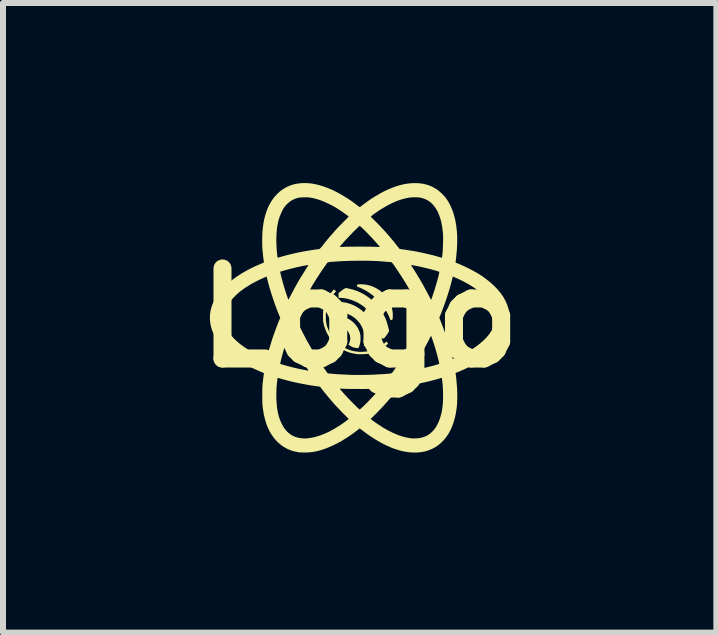
<source format=kicad_pcb>
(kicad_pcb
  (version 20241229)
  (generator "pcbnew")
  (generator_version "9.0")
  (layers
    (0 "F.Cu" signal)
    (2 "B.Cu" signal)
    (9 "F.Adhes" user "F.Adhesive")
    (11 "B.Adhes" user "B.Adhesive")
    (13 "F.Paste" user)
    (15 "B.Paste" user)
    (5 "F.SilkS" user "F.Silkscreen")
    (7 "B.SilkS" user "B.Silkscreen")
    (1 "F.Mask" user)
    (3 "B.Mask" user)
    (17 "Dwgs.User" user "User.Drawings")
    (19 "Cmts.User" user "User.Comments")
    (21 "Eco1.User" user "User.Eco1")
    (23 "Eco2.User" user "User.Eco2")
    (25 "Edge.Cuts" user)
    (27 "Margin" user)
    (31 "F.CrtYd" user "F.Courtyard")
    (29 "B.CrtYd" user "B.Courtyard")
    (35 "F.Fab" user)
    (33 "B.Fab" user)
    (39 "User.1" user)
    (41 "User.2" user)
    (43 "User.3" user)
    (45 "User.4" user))
  (footprint "Logo"
    (layer "F.Cu")
    (at 2.943 2.245)
    (property "Reference" "Logo" (at 0 0 180) (layer "F.SilkS") (effects (font (size 1.5 1.5) (thickness 0.3))))
    (attr board_only exclude_from_pos_files exclude_from_bom)
    (fp_poly (pts (xy -0.287 0.235) (xy -0.267 0.244) (xy -0.25 0.259) (xy -0.241 0.274) (xy -0.233 0.298) (xy -0.231 0.321) (xy -0.237 0.343) (xy -0.247 0.361) (xy -0.262 0.377) (xy -0.282 0.387) (xy -0.304 0.392) (xy -0.329 0.39) (xy -0.33 0.39) (xy -0.348 0.383) (xy -0.366 0.37) (xy -0.38 0.353) (xy -0.383 0.347) (xy -0.389 0.328) (xy -0.39 0.306) (xy -0.386 0.285) (xy -0.378 0.266) (xy -0.37 0.256) (xy -0.353 0.243) (xy -0.336 0.235) (xy -0.316 0.233) (xy -0.313 0.233)) (stroke (width 0) (type solid)) (fill yes) (layer "F.SilkS"))
    (fp_poly (pts (xy -0.188 -0.488) (xy -0.113 -0.47) (xy -0.039 -0.445) (xy 0.031 -0.413) (xy 0.099 -0.374) (xy 0.164 -0.328) (xy 0.224 -0.277) (xy 0.281 -0.221) (xy 0.332 -0.159) (xy 0.368 -0.107) (xy 0.374 -0.097) (xy 0.383 -0.081) (xy 0.393 -0.062) (xy 0.403 -0.042) (xy 0.414 -0.021) (xy 0.423 -0.003) (xy 0.43 0.012) (xy 0.433 0.019) (xy 0.441 0.04) (xy 0.45 0.065) (xy 0.458 0.092) (xy 0.466 0.119) (xy 0.474 0.147) (xy 0.48 0.172) (xy 0.485 0.194) (xy 0.488 0.211) (xy 0.488 0.219) (xy 0.486 0.229) (xy 0.479 0.244) (xy 0.467 0.263) (xy 0.452 0.284) (xy 0.435 0.308) (xy 0.421 0.325) (xy 0.405 0.344) (xy 0.365 0.344) (xy 0.324 0.344) (xy 0.324 0.317) (xy 0.322 0.275) (xy 0.315 0.228) (xy 0.304 0.179) (xy 0.291 0.132) (xy 0.265 0.066) (xy 0.233 0.003) (xy 0.194 -0.055) (xy 0.15 -0.109) (xy 0.1 -0.159) (xy 0.046 -0.203) (xy -0.013 -0.241) (xy -0.076 -0.273) (xy -0.143 -0.299) (xy -0.203 -0.316) (xy -0.237 -0.323) (xy -0.271 -0.328) (xy -0.304 -0.331) (xy -0.327 -0.332) (xy -0.352 -0.332) (xy -0.352 -0.372) (xy -0.352 -0.413) (xy -0.317 -0.44) (xy -0.3 -0.454) (xy -0.282 -0.467) (xy -0.266 -0.478) (xy -0.258 -0.483) (xy -0.232 -0.497)) (stroke (width 0) (type solid)) (fill yes) (layer "F.SilkS"))
    (fp_poly (pts (xy 0.029 -0.558) (xy 0.053 -0.557) (xy 0.079 -0.555) (xy 0.104 -0.552) (xy 0.127 -0.549) (xy 0.127 -0.548) (xy 0.145 -0.544) (xy 0.168 -0.538) (xy 0.193 -0.529) (xy 0.218 -0.52) (xy 0.241 -0.51) (xy 0.254 -0.504) (xy 0.299 -0.479) (xy 0.34 -0.452) (xy 0.378 -0.419) (xy 0.416 -0.382) (xy 0.453 -0.338) (xy 0.453 -0.337) (xy 0.472 -0.31) (xy 0.491 -0.276) (xy 0.508 -0.239) (xy 0.524 -0.199) (xy 0.537 -0.16) (xy 0.545 -0.123) (xy 0.549 -0.099) (xy 0.551 -0.072) (xy 0.552 -0.043) (xy 0.552 -0.016) (xy 0.55 0.007) (xy 0.549 0.012) (xy 0.547 0.024) (xy 0.543 0.031) (xy 0.536 0.034) (xy 0.534 0.035) (xy 0.524 0.038) (xy 0.517 0.038) (xy 0.512 0.032) (xy 0.507 0.022) (xy 0.504 0.015) (xy 0.49 -0.021) (xy 0.471 -0.06) (xy 0.449 -0.101) (xy 0.425 -0.142) (xy 0.4 -0.181) (xy 0.374 -0.216) (xy 0.362 -0.232) (xy 0.315 -0.285) (xy 0.264 -0.335) (xy 0.209 -0.381) (xy 0.152 -0.422) (xy 0.093 -0.458) (xy 0.035 -0.487) (xy 0.02 -0.494) (xy 0.004 -0.501) (xy -0.012 -0.508) (xy -0.022 -0.512) (xy -0.033 -0.517) (xy -0.041 -0.519) (xy -0.043 -0.52) (xy -0.046 -0.523) (xy -0.046 -0.53) (xy -0.044 -0.54) (xy -0.04 -0.549) (xy -0.034 -0.555) (xy -0.034 -0.556) (xy -0.026 -0.558) (xy -0.013 -0.559) (xy 0.006 -0.559)) (stroke (width 0) (type solid)) (fill yes) (layer "F.SilkS"))
    (fp_poly (pts (xy -0.427 -0.469) (xy -0.418 -0.463) (xy -0.41 -0.457) (xy -0.393 -0.442) (xy -0.412 -0.421) (xy -0.454 -0.37) (xy -0.49 -0.315) (xy -0.519 -0.255) (xy -0.541 -0.193) (xy -0.546 -0.176) (xy -0.553 -0.148) (xy -0.558 -0.123) (xy -0.561 -0.098) (xy -0.563 -0.072) (xy -0.564 -0.043) (xy -0.564 -0.018) (xy -0.563 0.033) (xy -0.558 0.079) (xy -0.549 0.122) (xy -0.536 0.165) (xy -0.518 0.208) (xy -0.503 0.24) (xy -0.47 0.299) (xy -0.43 0.353) (xy -0.385 0.402) (xy -0.335 0.446) (xy -0.28 0.483) (xy -0.221 0.515) (xy -0.193 0.526) (xy -0.149 0.543) (xy -0.106 0.554) (xy -0.064 0.562) (xy -0.018 0.566) (xy 0.029 0.568) (xy 0.097 0.564) (xy 0.162 0.553) (xy 0.226 0.535) (xy 0.287 0.509) (xy 0.347 0.475) (xy 0.357 0.468) (xy 0.37 0.459) (xy 0.384 0.448) (xy 0.399 0.436) (xy 0.414 0.425) (xy 0.425 0.414) (xy 0.434 0.406) (xy 0.437 0.402) (xy 0.438 0.402) (xy 0.44 0.398) (xy 0.446 0.4) (xy 0.455 0.407) (xy 0.461 0.412) (xy 0.469 0.422) (xy 0.472 0.429) (xy 0.471 0.431) (xy 0.467 0.437) (xy 0.457 0.446) (xy 0.444 0.458) (xy 0.427 0.471) (xy 0.409 0.485) (xy 0.391 0.498) (xy 0.385 0.502) (xy 0.325 0.537) (xy 0.262 0.566) (xy 0.198 0.587) (xy 0.137 0.6) (xy 0.106 0.604) (xy 0.072 0.606) (xy 0.036 0.607) (xy 0.001 0.608) (xy -0.031 0.606) (xy -0.056 0.604) (xy -0.106 0.595) (xy -0.152 0.584) (xy -0.195 0.57) (xy -0.239 0.552) (xy -0.249 0.547) (xy -0.311 0.514) (xy -0.368 0.474) (xy -0.419 0.429) (xy -0.466 0.379) (xy -0.506 0.324) (xy -0.541 0.264) (xy -0.57 0.2) (xy -0.593 0.132) (xy -0.602 0.094) (xy -0.605 0.077) (xy -0.608 0.062) (xy -0.609 0.045) (xy -0.61 0.026) (xy -0.611 0.002) (xy -0.611 -0.023) (xy -0.611 -0.054) (xy -0.61 -0.082) (xy -0.609 -0.105) (xy -0.607 -0.121) (xy -0.606 -0.125) (xy -0.601 -0.151) (xy -0.594 -0.177) (xy -0.588 -0.203) (xy -0.581 -0.225) (xy -0.575 -0.243) (xy -0.574 -0.247) (xy -0.561 -0.277) (xy -0.547 -0.306) (xy -0.534 -0.333) (xy -0.521 -0.355) (xy -0.516 -0.364) (xy -0.507 -0.376) (xy -0.496 -0.392) (xy -0.483 -0.408) (xy -0.47 -0.425) (xy -0.458 -0.441) (xy -0.446 -0.454) (xy -0.438 -0.464) (xy -0.432 -0.47) (xy -0.432 -0.47)) (stroke (width 0) (type solid)) (fill yes) (layer "F.SilkS"))
    (fp_poly (pts (xy -0.269 -0.259) (xy -0.229 -0.252) (xy -0.188 -0.241) (xy -0.145 -0.227) (xy -0.104 -0.21) (xy -0.096 -0.207) (xy -0.057 -0.186) (xy -0.017 -0.161) (xy 0.022 -0.133) (xy 0.059 -0.102) (xy 0.092 -0.07) (xy 0.12 -0.038) (xy 0.134 -0.02) (xy 0.15 0.004) (xy 0.162 0.023) (xy 0.172 0.039) (xy 0.18 0.053) (xy 0.188 0.069) (xy 0.196 0.084) (xy 0.219 0.139) (xy 0.236 0.194) (xy 0.248 0.249) (xy 0.253 0.308) (xy 0.254 0.348) (xy 0.254 0.383) (xy 0.252 0.412) (xy 0.249 0.435) (xy 0.246 0.451) (xy 0.241 0.459) (xy 0.235 0.463) (xy 0.223 0.469) (xy 0.208 0.475) (xy 0.193 0.481) (xy 0.179 0.485) (xy 0.172 0.487) (xy 0.16 0.487) (xy 0.142 0.484) (xy 0.116 0.477) (xy 0.114 0.477) (xy 0.068 0.464) (xy 0.074 0.44) (xy 0.077 0.423) (xy 0.079 0.4) (xy 0.08 0.373) (xy 0.08 0.344) (xy 0.08 0.315) (xy 0.078 0.288) (xy 0.076 0.266) (xy 0.073 0.251) (xy 0.055 0.193) (xy 0.031 0.139) (xy 0.000256 0.09) (xy -0.037 0.045) (xy -0.079 0.006) (xy -0.128 -0.028) (xy -0.149 -0.041) (xy -0.176 -0.053) (xy -0.206 -0.065) (xy -0.239 -0.076) (xy -0.27 -0.084) (xy -0.287 -0.087) (xy -0.303 -0.089) (xy -0.314 -0.089) (xy -0.322 -0.089) (xy -0.327 -0.086) (xy -0.33 -0.085) (xy -0.34 -0.074) (xy -0.346 -0.061) (xy -0.346 -0.047) (xy -0.341 -0.035) (xy -0.335 -0.029) (xy -0.327 -0.026) (xy -0.314 -0.023) (xy -0.298 -0.019) (xy -0.291 -0.018) (xy -0.239 -0.005) (xy -0.192 0.015) (xy -0.147 0.042) (xy -0.106 0.076) (xy -0.089 0.092) (xy -0.055 0.133) (xy -0.027 0.177) (xy -0.006 0.225) (xy 0.003 0.25) (xy 0.007 0.266) (xy 0.01 0.279) (xy 0.012 0.292) (xy 0.013 0.307) (xy 0.013 0.326) (xy 0.014 0.346) (xy 0.013 0.38) (xy 0.01 0.408) (xy 0.005 0.434) (xy -0.003 0.46) (xy -0.013 0.485) (xy -0.02 0.504) (xy -0.041 0.504) (xy -0.055 0.503) (xy -0.073 0.5) (xy -0.087 0.498) (xy -0.102 0.494) (xy -0.116 0.49) (xy -0.13 0.483) (xy -0.147 0.473) (xy -0.167 0.46) (xy -0.187 0.447) (xy -0.176 0.426) (xy -0.163 0.392) (xy -0.157 0.357) (xy -0.158 0.321) (xy -0.166 0.286) (xy -0.18 0.252) (xy -0.199 0.221) (xy -0.215 0.204) (xy -0.236 0.185) (xy -0.258 0.171) (xy -0.282 0.16) (xy -0.312 0.152) (xy -0.328 0.148) (xy -0.36 0.141) (xy -0.386 0.133) (xy -0.408 0.122) (xy -0.429 0.109) (xy -0.449 0.091) (xy -0.453 0.086) (xy -0.479 0.056) (xy -0.497 0.025) (xy -0.509 -0.008) (xy -0.514 -0.044) (xy -0.514 -0.066) (xy -0.509 -0.106) (xy -0.496 -0.142) (xy -0.478 -0.175) (xy -0.453 -0.205) (xy -0.424 -0.229) (xy -0.39 -0.247) (xy -0.367 -0.255) (xy -0.34 -0.261) (xy -0.307 -0.262)) (stroke (width 0) (type solid)) (fill yes) (layer "F.SilkS"))
    (fp_poly (pts (xy -0.847 -2.242) (xy -0.791 -2.236) (xy -0.707 -2.219) (xy -0.622 -2.195) (xy -0.535 -2.164) (xy -0.446 -2.126) (xy -0.355 -2.08) (xy -0.263 -2.027) (xy -0.182 -1.976) (xy -0.16 -1.961) (xy -0.14 -1.948) (xy -0.122 -1.935) (xy -0.103 -1.921) (xy -0.081 -1.905) (xy -0.056 -1.885) (xy -0.044 -1.876) (xy -0.025 -1.862) (xy -0.012 -1.852) (xy -0.002 -1.847) (xy 0.004 -1.845) (xy 0.008 -1.845) (xy 0.01 -1.848) (xy 0.014 -1.851) (xy 0.023 -1.859) (xy 0.036 -1.869) (xy 0.053 -1.882) (xy 0.071 -1.895) (xy 0.089 -1.909) (xy 0.108 -1.923) (xy 0.124 -1.934) (xy 0.135 -1.942) (xy 0.148 -1.951) (xy 0.159 -1.959) (xy 0.166 -1.964) (xy 0.168 -1.965) (xy 0.172 -1.968) (xy 0.181 -1.974) (xy 0.192 -1.982) (xy 0.204 -1.99) (xy 0.215 -1.997) (xy 0.223 -2.002) (xy 0.223 -2.002) (xy 0.27 -2.03) (xy 0.311 -2.054) (xy 0.347 -2.075) (xy 0.38 -2.093) (xy 0.411 -2.109) (xy 0.441 -2.123) (xy 0.471 -2.137) (xy 0.501 -2.15) (xy 0.534 -2.163) (xy 0.543 -2.167) (xy 0.615 -2.193) (xy 0.683 -2.213) (xy 0.749 -2.228) (xy 0.815 -2.238) (xy 0.881 -2.243) (xy 0.918 -2.244) (xy 0.987 -2.242) (xy 1.051 -2.234) (xy 1.111 -2.22) (xy 1.169 -2.201) (xy 1.225 -2.175) (xy 1.281 -2.142) (xy 1.289 -2.136) (xy 1.309 -2.122) (xy 1.332 -2.103) (xy 1.356 -2.081) (xy 1.381 -2.058) (xy 1.403 -2.034) (xy 1.422 -2.013) (xy 1.433 -2) (xy 1.475 -1.938) (xy 1.512 -1.869) (xy 1.544 -1.796) (xy 1.57 -1.716) (xy 1.592 -1.632) (xy 1.608 -1.542) (xy 1.619 -1.448) (xy 1.625 -1.349) (xy 1.625 -1.245) (xy 1.62 -1.136) (xy 1.609 -1.025) (xy 1.607 -1.002) (xy 1.604 -0.979) (xy 1.602 -0.96) (xy 1.6 -0.945) (xy 1.599 -0.939) (xy 1.598 -0.927) (xy 1.599 -0.921) (xy 1.602 -0.918) (xy 1.606 -0.916) (xy 1.618 -0.912) (xy 1.636 -0.905) (xy 1.658 -0.896) (xy 1.683 -0.884) (xy 1.711 -0.872) (xy 1.74 -0.859) (xy 1.768 -0.846) (xy 1.795 -0.833) (xy 1.82 -0.821) (xy 1.82 -0.821) (xy 1.855 -0.803) (xy 1.891 -0.783) (xy 1.927 -0.764) (xy 1.961 -0.744) (xy 1.993 -0.725) (xy 2.021 -0.707) (xy 2.044 -0.692) (xy 2.057 -0.683) (xy 2.061 -0.679) (xy 2.071 -0.672) (xy 2.084 -0.663) (xy 2.099 -0.651) (xy 2.104 -0.648) (xy 2.177 -0.59) (xy 2.242 -0.531) (xy 2.3 -0.471) (xy 2.351 -0.408) (xy 2.395 -0.345) (xy 2.43 -0.28) (xy 2.459 -0.213) (xy 2.465 -0.195) (xy 2.474 -0.165) (xy 2.482 -0.14) (xy 2.487 -0.116) (xy 2.49 -0.093) (xy 2.493 -0.068) (xy 2.494 -0.04) (xy 2.494 -0.006) (xy 2.494 0) (xy 2.494 0.033) (xy 2.493 0.06) (xy 2.492 0.083) (xy 2.489 0.104) (xy 2.485 0.125) (xy 2.48 0.147) (xy 2.472 0.172) (xy 2.468 0.185) (xy 2.462 0.205) (xy 2.452 0.23) (xy 2.44 0.256) (xy 2.428 0.283) (xy 2.416 0.308) (xy 2.405 0.328) (xy 2.404 0.33) (xy 2.378 0.371) (xy 2.351 0.409) (xy 2.322 0.446) (xy 2.289 0.484) (xy 2.25 0.523) (xy 2.244 0.529) (xy 2.177 0.59) (xy 2.103 0.65) (xy 2.021 0.707) (xy 1.931 0.762) (xy 1.834 0.814) (xy 1.789 0.837) (xy 1.773 0.845) (xy 1.752 0.854) (xy 1.729 0.865) (xy 1.704 0.875) (xy 1.68 0.886) (xy 1.656 0.896) (xy 1.636 0.905) (xy 1.619 0.911) (xy 1.608 0.915) (xy 1.606 0.916) (xy 1.6 0.919) (xy 1.598 0.923) (xy 1.599 0.933) (xy 1.599 0.935) (xy 1.603 0.965) (xy 1.608 1) (xy 1.612 1.04) (xy 1.615 1.081) (xy 1.619 1.122) (xy 1.622 1.161) (xy 1.624 1.196) (xy 1.625 1.213) (xy 1.626 1.246) (xy 1.626 1.282) (xy 1.626 1.319) (xy 1.625 1.357) (xy 1.624 1.393) (xy 1.623 1.426) (xy 1.621 1.454) (xy 1.619 1.473) (xy 1.613 1.523) (xy 1.606 1.568) (xy 1.599 1.608) (xy 1.591 1.645) (xy 1.588 1.658) (xy 1.566 1.738) (xy 1.54 1.811) (xy 1.51 1.878) (xy 1.475 1.94) (xy 1.436 1.996) (xy 1.399 2.04) (xy 1.353 2.086) (xy 1.307 2.125) (xy 1.257 2.158) (xy 1.203 2.186) (xy 1.149 2.208) (xy 1.09 2.226) (xy 1.027 2.238) (xy 0.96 2.245) (xy 0.891 2.246) (xy 0.819 2.24) (xy 0.746 2.229) (xy 0.695 2.218) (xy 0.679 2.214) (xy 0.659 2.208) (xy 0.636 2.201) (xy 0.611 2.193) (xy 0.588 2.186) (xy 0.567 2.179) (xy 0.551 2.173) (xy 0.545 2.17) (xy 0.536 2.167) (xy 0.522 2.161) (xy 0.506 2.154) (xy 0.502 2.152) (xy 0.443 2.126) (xy 0.379 2.094) (xy 0.314 2.058) (xy 0.247 2.018) (xy 0.181 1.975) (xy 0.116 1.93) (xy 0.069 1.895) (xy 0.047 1.878) (xy 0.03 1.865) (xy 0.017 1.856) (xy 0.009 1.85) (xy 0.003 1.846) (xy -0.000078 1.845) (xy -0.002 1.845) (xy -0.004 1.846) (xy -0.005 1.847) (xy -0.017 1.856) (xy -0.033 1.869) (xy -0.052 1.883) (xy -0.071 1.898) (xy -0.091 1.913) (xy -0.109 1.926) (xy -0.124 1.937) (xy -0.135 1.945) (xy -0.139 1.948) (xy -0.153 1.957) (xy -0.167 1.967) (xy -0.174 1.972) (xy -0.183 1.978) (xy -0.197 1.987) (xy -0.214 1.998) (xy -0.233 2.01) (xy -0.242 2.016) (xy -0.261 2.027) (xy -0.278 2.038) (xy -0.292 2.047) (xy -0.302 2.053) (xy -0.305 2.054) (xy -0.317 2.062) (xy -0.335 2.071) (xy -0.358 2.083) (xy -0.383 2.097) (xy -0.411 2.11) (xy -0.412 2.111) (xy -0.483 2.144) (xy -0.55 2.172) (xy -0.614 2.195) (xy -0.677 2.214) (xy -0.741 2.229) (xy -0.764 2.233) (xy -0.793 2.237) (xy -0.827 2.241) (xy -0.864 2.243) (xy -0.901 2.245) (xy -0.938 2.245) (xy -0.972 2.244) (xy -1.001 2.243) (xy -1.016 2.241) (xy -1.085 2.227) (xy -1.15 2.208) (xy -1.21 2.182) (xy -1.266 2.151) (xy -1.319 2.113) (xy -1.37 2.068) (xy -1.379 2.059) (xy -1.424 2.008) (xy -1.465 1.953) (xy -1.501 1.892) (xy -1.532 1.827) (xy -1.559 1.755) (xy -1.581 1.678) (xy -1.6 1.595) (xy -1.614 1.505) (xy -1.614 1.502) (xy -1.617 1.482) (xy -1.618 1.465) (xy -1.62 1.447) (xy -1.621 1.43) (xy -1.622 1.41) (xy -1.622 1.387) (xy -1.623 1.361) (xy -1.623 1.329) (xy -1.389 1.329) (xy -1.385 1.409) (xy -1.378 1.485) (xy -1.368 1.556) (xy -1.355 1.613) (xy -1.339 1.67) (xy -1.318 1.724) (xy -1.294 1.775) (xy -1.268 1.822) (xy -1.239 1.863) (xy -1.209 1.896) (xy -1.171 1.93) (xy -1.131 1.957) (xy -1.088 1.979) (xy -1.04 1.995) (xy -0.988 2.005) (xy -0.951 2.009) (xy -0.937 2.01) (xy -0.926 2.011) (xy -0.914 2.011) (xy -0.901 2.01) (xy -0.883 2.009) (xy -0.869 2.008) (xy -0.801 1.999) (xy -0.731 1.983) (xy -0.658 1.96) (xy -0.582 1.931) (xy -0.505 1.895) (xy -0.426 1.852) (xy -0.346 1.803) (xy -0.298 1.771) (xy -0.279 1.758) (xy -0.26 1.745) (xy -0.241 1.731) (xy -0.223 1.717) (xy -0.207 1.705) (xy -0.195 1.695) (xy -0.187 1.688) (xy -0.184 1.686) (xy 0.184 1.686) (xy 0.187 1.689) (xy 0.195 1.695) (xy 0.208 1.705) (xy 0.224 1.717) (xy 0.242 1.73) (xy 0.261 1.744) (xy 0.28 1.757) (xy 0.298 1.77) (xy 0.305 1.774) (xy 0.386 1.827) (xy 0.466 1.873) (xy 0.545 1.913) (xy 0.621 1.946) (xy 0.695 1.973) (xy 0.767 1.992) (xy 0.836 2.005) (xy 0.861 2.008) (xy 0.889 2.01) (xy 0.921 2.01) (xy 0.954 2.008) (xy 0.985 2.006) (xy 1.012 2.002) (xy 1.014 2.001) (xy 1.067 1.987) (xy 1.116 1.966) (xy 1.161 1.939) (xy 1.203 1.904) (xy 1.241 1.863) (xy 1.274 1.815) (xy 1.301 1.765) (xy 1.318 1.728) (xy 1.333 1.69) (xy 1.346 1.648) (xy 1.359 1.602) (xy 1.367 1.567) (xy 1.375 1.52) (xy 1.382 1.467) (xy 1.387 1.409) (xy 1.389 1.347) (xy 1.39 1.283) (xy 1.388 1.216) (xy 1.385 1.15) (xy 1.379 1.084) (xy 1.379 1.082) (xy 1.377 1.058) (xy 1.374 1.037) (xy 1.372 1.02) (xy 1.371 1.007) (xy 1.37 1.002) (xy 1.37 1.001) (xy 1.366 1.002) (xy 1.356 1.004) (xy 1.342 1.008) (xy 1.336 1.01) (xy 1.317 1.015) (xy 1.294 1.022) (xy 1.267 1.029) (xy 1.234 1.038) (xy 1.194 1.048) (xy 1.184 1.051) (xy 1.132 1.064) (xy 1.075 1.077) (xy 1.013 1.09) (xy 0.948 1.103) (xy 0.882 1.115) (xy 0.817 1.126) (xy 0.754 1.135) (xy 0.718 1.14) (xy 0.698 1.143) (xy 0.681 1.146) (xy 0.669 1.148) (xy 0.663 1.149) (xy 0.663 1.149) (xy 0.66 1.152) (xy 0.653 1.161) (xy 0.644 1.173) (xy 0.632 1.188) (xy 0.629 1.191) (xy 0.616 1.209) (xy 0.603 1.225) (xy 0.591 1.239) (xy 0.583 1.249) (xy 0.583 1.25) (xy 0.574 1.26) (xy 0.567 1.269) (xy 0.564 1.273) (xy 0.559 1.281) (xy 0.552 1.289) (xy 0.547 1.296) (xy 0.537 1.307) (xy 0.525 1.321) (xy 0.511 1.337) (xy 0.506 1.344) (xy 0.469 1.387) (xy 0.432 1.428) (xy 0.396 1.468) (xy 0.381 1.484) (xy 0.371 1.495) (xy 0.358 1.509) (xy 0.343 1.525) (xy 0.327 1.541) (xy 0.312 1.557) (xy 0.298 1.572) (xy 0.287 1.583) (xy 0.28 1.59) (xy 0.279 1.591) (xy 0.275 1.596) (xy 0.266 1.604) (xy 0.254 1.616) (xy 0.239 1.63) (xy 0.229 1.64) (xy 0.214 1.655) (xy 0.201 1.668) (xy 0.191 1.678) (xy 0.185 1.684) (xy 0.184 1.686) (xy -0.184 1.686) (xy -0.184 1.685) (xy -0.186 1.682) (xy -0.194 1.674) (xy -0.205 1.662) (xy -0.22 1.647) (xy -0.238 1.629) (xy -0.257 1.61) (xy -0.295 1.573) (xy -0.331 1.535) (xy -0.366 1.498) (xy -0.399 1.464) (xy -0.427 1.433) (xy -0.438 1.42) (xy -0.449 1.407) (xy -0.463 1.391) (xy -0.476 1.376) (xy -0.477 1.375) (xy -0.489 1.36) (xy -0.505 1.342) (xy -0.524 1.32) (xy -0.546 1.292) (xy -0.573 1.26) (xy -0.576 1.256) (xy -0.593 1.235) (xy -0.609 1.215) (xy -0.624 1.196) (xy -0.635 1.182) (xy -0.332 1.182) (xy -0.332 1.183) (xy -0.329 1.187) (xy -0.321 1.196) (xy -0.31 1.209) (xy -0.296 1.225) (xy -0.279 1.245) (xy -0.26 1.266) (xy -0.26 1.266) (xy -0.24 1.289) (xy -0.217 1.313) (xy -0.193 1.339) (xy -0.168 1.365) (xy -0.143 1.391) (xy -0.117 1.417) (xy -0.093 1.441) (xy -0.07 1.464) (xy -0.05 1.484) (xy -0.032 1.501) (xy -0.017 1.514) (xy -0.007 1.523) (xy -0.000429 1.527) (xy 0.000302 1.527) (xy 0.005 1.525) (xy 0.014 1.517) (xy 0.028 1.505) (xy 0.044 1.49) (xy 0.064 1.472) (xy 0.085 1.451) (xy 0.086 1.45) (xy 0.133 1.404) (xy 0.178 1.357) (xy 0.221 1.311) (xy 0.261 1.268) (xy 0.289 1.234) (xy 0.302 1.22) (xy 0.313 1.207) (xy 0.322 1.197) (xy 0.325 1.194) (xy 0.331 1.186) (xy 0.334 1.181) (xy 0.334 1.181) (xy 0.33 1.18) (xy 0.319 1.181) (xy 0.303 1.181) (xy 0.282 1.182) (xy 0.257 1.183) (xy 0.234 1.184) (xy 0.211 1.185) (xy 0.182 1.185) (xy 0.147 1.186) (xy 0.109 1.186) (xy 0.067 1.187) (xy 0.024 1.187) (xy -0.021 1.186) (xy -0.066 1.186) (xy -0.11 1.186) (xy -0.152 1.185) (xy -0.191 1.185) (xy -0.227 1.184) (xy -0.257 1.183) (xy -0.282 1.182) (xy -0.3 1.181) (xy -0.3 1.181) (xy -0.318 1.18) (xy -0.328 1.181) (xy -0.332 1.182) (xy -0.635 1.182) (xy -0.637 1.18) (xy -0.646 1.167) (xy -0.651 1.16) (xy -0.651 1.16) (xy -0.656 1.154) (xy -0.661 1.15) (xy -0.669 1.147) (xy -0.682 1.145) (xy -0.699 1.143) (xy -0.756 1.135) (xy -0.818 1.126) (xy -0.885 1.114) (xy -0.954 1.101) (xy -1.024 1.087) (xy -1.095 1.072) (xy -1.163 1.056) (xy -1.228 1.039) (xy -1.288 1.023) (xy -1.334 1.009) (xy -1.351 1.005) (xy -1.362 1.003) (xy -1.368 1.005) (xy -1.371 1.01) (xy -1.371 1.016) (xy -1.372 1.022) (xy -1.373 1.034) (xy -1.374 1.05) (xy -1.376 1.069) (xy -1.377 1.072) (xy -1.385 1.16) (xy -1.388 1.246) (xy -1.389 1.329) (xy -1.623 1.329) (xy -1.623 1.329) (xy -1.623 1.29) (xy -1.623 1.287) (xy -1.623 1.248) (xy -1.623 1.215) (xy -1.622 1.188) (xy -1.622 1.165) (xy -1.621 1.144) (xy -1.619 1.124) (xy -1.618 1.105) (xy -1.615 1.084) (xy -1.613 1.06) (xy -1.612 1.055) (xy -1.609 1.028) (xy -1.606 1.002) (xy -1.603 0.98) (xy -1.6 0.961) (xy -1.599 0.948) (xy -1.598 0.945) (xy -1.597 0.933) (xy -1.596 0.924) (xy -1.597 0.922) (xy -1.601 0.919) (xy -1.612 0.915) (xy -1.627 0.908) (xy -1.645 0.9) (xy -1.658 0.895) (xy -1.735 0.861) (xy -1.811 0.825) (xy -1.884 0.787) (xy -1.918 0.767) (xy -1.324 0.767) (xy -1.319 0.769) (xy -1.308 0.773) (xy -1.291 0.779) (xy -1.27 0.785) (xy -1.246 0.792) (xy -1.219 0.799) (xy -1.192 0.807) (xy -1.164 0.814) (xy -1.137 0.821) (xy -1.113 0.827) (xy -1.109 0.828) (xy -1.085 0.834) (xy -1.055 0.841) (xy -1.023 0.848) (xy -0.991 0.855) (xy -0.961 0.861) (xy -0.934 0.866) (xy -0.918 0.869) (xy -0.901 0.872) (xy -0.885 0.875) (xy -0.874 0.878) (xy -0.871 0.879) (xy -0.862 0.881) (xy -0.857 0.879) (xy -0.857 0.874) (xy -0.862 0.864) (xy -0.872 0.849) (xy -0.875 0.844) (xy -0.903 0.801) (xy -0.934 0.751) (xy -0.967 0.698) (xy -1.001 0.641) (xy -1.035 0.582) (xy -1.069 0.522) (xy -1.101 0.463) (xy -1.132 0.407) (xy -1.16 0.353) (xy -1.174 0.325) (xy -1.181 0.311) (xy -1.186 0.305) (xy -1.189 0.305) (xy -1.19 0.305) (xy -1.192 0.311) (xy -1.197 0.323) (xy -1.203 0.34) (xy -1.21 0.361) (xy -1.218 0.384) (xy -1.226 0.409) (xy -1.235 0.435) (xy -1.243 0.459) (xy -1.25 0.482) (xy -1.256 0.501) (xy -1.257 0.504) (xy -1.265 0.534) (xy -1.274 0.565) (xy -1.283 0.597) (xy -1.292 0.629) (xy -1.3 0.659) (xy -1.307 0.688) (xy -1.313 0.713) (xy -1.318 0.735) (xy -1.322 0.752) (xy -1.324 0.763) (xy -1.324 0.767) (xy -1.918 0.767) (xy -1.953 0.747) (xy -2.018 0.707) (xy -2.077 0.667) (xy -2.13 0.628) (xy -2.133 0.626) (xy -2.181 0.585) (xy -2.227 0.543) (xy -2.269 0.502) (xy -2.307 0.462) (xy -2.338 0.424) (xy -2.341 0.42) (xy -2.346 0.414) (xy -2.352 0.407) (xy -2.357 0.399) (xy -2.36 0.395) (xy -2.36 0.395) (xy -2.362 0.39) (xy -2.367 0.384) (xy -2.374 0.375) (xy -2.384 0.359) (xy -2.396 0.34) (xy -2.409 0.318) (xy -2.421 0.295) (xy -2.429 0.279) (xy -2.457 0.215) (xy -2.477 0.15) (xy -2.49 0.083) (xy -2.496 0.016) (xy -2.495 0.01) (xy -2.259 0.01) (xy -2.258 0.037) (xy -2.255 0.06) (xy -2.254 0.066) (xy -2.243 0.11) (xy -2.226 0.155) (xy -2.205 0.2) (xy -2.18 0.243) (xy -2.179 0.244) (xy -2.141 0.294) (xy -2.096 0.344) (xy -2.044 0.394) (xy -1.986 0.442) (xy -1.922 0.489) (xy -1.852 0.535) (xy -1.777 0.579) (xy -1.756 0.59) (xy -1.729 0.604) (xy -1.701 0.618) (xy -1.673 0.632) (xy -1.646 0.645) (xy -1.62 0.657) (xy -1.597 0.667) (xy -1.578 0.675) (xy -1.563 0.681) (xy -1.554 0.684) (xy -1.55 0.684) (xy -1.548 0.68) (xy -1.545 0.669) (xy -1.541 0.654) (xy -1.539 0.645) (xy -1.523 0.581) (xy -1.505 0.511) (xy -1.483 0.439) (xy -1.46 0.364) (xy -1.449 0.332) (xy -1.437 0.297) (xy -1.424 0.259) (xy -1.41 0.22) (xy -1.395 0.18) (xy -1.381 0.142) (xy -1.367 0.105) (xy -1.354 0.073) (xy -1.343 0.045) (xy -1.333 0.023) (xy -1.333 0.023) (xy -1.323 0.000428) (xy -1.324 0.000103) (xy -1.068 0.000103) (xy -1.055 0.028) (xy -1.034 0.073) (xy -1.012 0.121) (xy -0.988 0.17) (xy -0.962 0.221) (xy -0.937 0.27) (xy -0.912 0.318) (xy -0.889 0.363) (xy -0.867 0.402) (xy -0.847 0.436) (xy -0.847 0.437) (xy -0.839 0.451) (xy -0.833 0.462) (xy -0.829 0.469) (xy -0.828 0.47) (xy -0.826 0.474) (xy -0.821 0.483) (xy -0.813 0.497) (xy -0.802 0.515) (xy -0.79 0.535) (xy -0.776 0.557) (xy -0.763 0.58) (xy -0.749 0.603) (xy -0.736 0.624) (xy -0.724 0.643) (xy -0.716 0.656) (xy -0.709 0.668) (xy -0.699 0.683) (xy -0.688 0.701) (xy -0.675 0.72) (xy -0.663 0.738) (xy -0.651 0.756) (xy -0.642 0.77) (xy -0.634 0.781) (xy -0.63 0.787) (xy -0.63 0.787) (xy -0.626 0.792) (xy -0.62 0.802) (xy -0.613 0.813) (xy -0.604 0.826) (xy -0.592 0.843) (xy -0.58 0.86) (xy -0.576 0.865) (xy -0.565 0.881) (xy -0.555 0.895) (xy -0.547 0.907) (xy -0.544 0.911) (xy -0.536 0.921) (xy -0.526 0.926) (xy -0.518 0.927) (xy -0.501 0.929) (xy -0.476 0.932) (xy -0.445 0.934) (xy -0.409 0.937) (xy -0.368 0.94) (xy -0.323 0.942) (xy -0.276 0.945) (xy -0.226 0.947) (xy -0.174 0.95) (xy -0.156 0.951) (xy -0.132 0.951) (xy -0.101 0.952) (xy -0.065 0.952) (xy -0.026 0.952) (xy 0.014 0.952) (xy 0.056 0.952) (xy 0.096 0.951) (xy 0.134 0.951) (xy 0.167 0.95) (xy 0.186 0.949) (xy 0.225 0.948) (xy 0.266 0.946) (xy 0.307 0.943) (xy 0.348 0.941) (xy 0.387 0.939) (xy 0.423 0.936) (xy 0.454 0.934) (xy 0.48 0.932) (xy 0.5 0.93) (xy 0.5 0.93) (xy 0.516 0.927) (xy 0.528 0.925) (xy 0.536 0.92) (xy 0.545 0.912) (xy 0.554 0.9) (xy 0.562 0.889) (xy 0.57 0.877) (xy 0.57 0.876) (xy 0.858 0.876) (xy 0.859 0.879) (xy 0.861 0.879) (xy 0.867 0.878) (xy 0.879 0.877) (xy 0.894 0.874) (xy 0.909 0.872) (xy 0.935 0.867) (xy 0.965 0.861) (xy 0.998 0.853) (xy 1.033 0.845) (xy 1.07 0.837) (xy 1.107 0.828) (xy 1.144 0.819) (xy 1.18 0.81) (xy 1.213 0.801) (xy 1.244 0.793) (xy 1.271 0.785) (xy 1.294 0.778) (xy 1.311 0.773) (xy 1.322 0.769) (xy 1.325 0.766) (xy 1.325 0.762) (xy 1.323 0.75) (xy 1.32 0.733) (xy 1.314 0.711) (xy 1.308 0.685) (xy 1.3 0.655) (xy 1.292 0.623) (xy 1.283 0.59) (xy 1.273 0.555) (xy 1.263 0.521) (xy 1.253 0.488) (xy 1.245 0.461) (xy 1.24 0.444) (xy 1.233 0.424) (xy 1.226 0.402) (xy 1.218 0.38) (xy 1.211 0.358) (xy 1.204 0.338) (xy 1.198 0.321) (xy 1.193 0.309) (xy 1.19 0.303) (xy 1.19 0.302) (xy 1.188 0.304) (xy 1.183 0.312) (xy 1.176 0.324) (xy 1.176 0.325) (xy 1.141 0.392) (xy 1.108 0.454) (xy 1.076 0.512) (xy 1.046 0.566) (xy 1.015 0.62) (xy 1.014 0.622) (xy 1.005 0.637) (xy 0.994 0.655) (xy 0.982 0.675) (xy 0.97 0.696) (xy 0.958 0.715) (xy 0.948 0.733) (xy 0.94 0.746) (xy 0.936 0.752) (xy 0.919 0.778) (xy 0.906 0.799) (xy 0.896 0.814) (xy 0.888 0.826) (xy 0.882 0.836) (xy 0.877 0.844) (xy 0.875 0.847) (xy 0.865 0.862) (xy 0.859 0.871) (xy 0.858 0.876) (xy 0.57 0.876) (xy 0.58 0.862) (xy 0.588 0.852) (xy 0.597 0.838) (xy 0.61 0.819) (xy 0.625 0.797) (xy 0.642 0.771) (xy 0.66 0.745) (xy 0.678 0.718) (xy 0.694 0.692) (xy 0.709 0.669) (xy 0.722 0.65) (xy 0.731 0.636) (xy 0.751 0.603) (xy 0.767 0.576) (xy 0.779 0.556) (xy 0.788 0.542) (xy 0.792 0.535) (xy 0.793 0.533) (xy 0.795 0.529) (xy 0.8 0.52) (xy 0.808 0.507) (xy 0.816 0.493) (xy 0.84 0.452) (xy 0.866 0.406) (xy 0.893 0.357) (xy 0.92 0.307) (xy 0.946 0.258) (xy 0.97 0.211) (xy 0.991 0.168) (xy 0.997 0.157) (xy 1.006 0.137) (xy 1.015 0.119) (xy 1.022 0.104) (xy 1.027 0.093) (xy 1.028 0.092) (xy 1.033 0.081) (xy 1.04 0.066) (xy 1.048 0.049) (xy 1.053 0.039) (xy 1.069 0.001) (xy 1.069 -0.000445) (xy 1.327 -0.000445) (xy 1.344 0.042) (xy 1.377 0.128) (xy 1.407 0.208) (xy 1.434 0.284) (xy 1.459 0.357) (xy 1.481 0.428) (xy 1.502 0.499) (xy 1.522 0.57) (xy 1.54 0.639) (xy 1.551 0.687) (xy 1.574 0.678) (xy 1.59 0.671) (xy 1.609 0.663) (xy 1.619 0.658) (xy 1.709 0.615) (xy 1.793 0.571) (xy 1.871 0.525) (xy 1.942 0.477) (xy 2.006 0.428) (xy 2.063 0.378) (xy 2.114 0.327) (xy 2.157 0.275) (xy 2.193 0.222) (xy 2.222 0.169) (xy 2.243 0.115) (xy 2.254 0.069) (xy 2.261 0.017) (xy 2.259 -0.036) (xy 2.25 -0.089) (xy 2.234 -0.142) (xy 2.209 -0.194) (xy 2.178 -0.246) (xy 2.139 -0.298) (xy 2.092 -0.349) (xy 2.039 -0.4) (xy 1.978 -0.45) (xy 1.91 -0.499) (xy 1.85 -0.538) (xy 1.831 -0.549) (xy 1.81 -0.562) (xy 1.79 -0.573) (xy 1.787 -0.574) (xy 1.769 -0.584) (xy 1.751 -0.594) (xy 1.735 -0.602) (xy 1.733 -0.604) (xy 1.718 -0.611) (xy 1.698 -0.621) (xy 1.674 -0.633) (xy 1.647 -0.645) (xy 1.619 -0.658) (xy 1.592 -0.67) (xy 1.582 -0.674) (xy 1.552 -0.687) (xy 1.541 -0.643) (xy 1.521 -0.565) (xy 1.498 -0.482) (xy 1.471 -0.395) (xy 1.442 -0.306) (xy 1.411 -0.218) (xy 1.378 -0.13) (xy 1.351 -0.06) (xy 1.327 -0.000445) (xy 1.069 -0.000445) (xy 1.06 -0.022) (xy 1.055 -0.032) (xy 1.048 -0.048) (xy 1.038 -0.069) (xy 1.026 -0.094) (xy 1.012 -0.122) (xy 0.997 -0.152) (xy 0.982 -0.183) (xy 0.966 -0.215) (xy 0.951 -0.245) (xy 0.937 -0.273) (xy 0.924 -0.299) (xy 0.913 -0.32) (xy 0.904 -0.337) (xy 0.899 -0.348) (xy 0.889 -0.364) (xy 0.88 -0.381) (xy 0.872 -0.395) (xy 0.871 -0.397) (xy 0.865 -0.408) (xy 0.856 -0.424) (xy 0.845 -0.442) (xy 0.838 -0.455) (xy 0.827 -0.474) (xy 0.816 -0.493) (xy 0.806 -0.511) (xy 0.801 -0.52) (xy 0.778 -0.558) (xy 0.752 -0.602) (xy 0.722 -0.649) (xy 0.691 -0.698) (xy 0.657 -0.749) (xy 0.647 -0.765) (xy 0.622 -0.801) (xy 0.6 -0.834) (xy 0.581 -0.862) (xy 0.572 -0.875) (xy 0.858 -0.875) (xy 0.861 -0.868) (xy 0.868 -0.857) (xy 0.875 -0.847) (xy 0.883 -0.834) (xy 0.892 -0.819) (xy 0.9 -0.807) (xy 0.911 -0.791) (xy 0.921 -0.774) (xy 0.929 -0.762) (xy 0.937 -0.749) (xy 0.945 -0.736) (xy 0.949 -0.729) (xy 0.954 -0.722) (xy 0.961 -0.709) (xy 0.971 -0.692) (xy 0.982 -0.674) (xy 0.988 -0.665) (xy 0.999 -0.647) (xy 1.008 -0.631) (xy 1.015 -0.619) (xy 1.019 -0.612) (xy 1.02 -0.611) (xy 1.021 -0.607) (xy 1.026 -0.599) (xy 1.033 -0.587) (xy 1.035 -0.585) (xy 1.045 -0.568) (xy 1.055 -0.55) (xy 1.062 -0.537) (xy 1.072 -0.519) (xy 1.084 -0.497) (xy 1.097 -0.472) (xy 1.112 -0.446) (xy 1.126 -0.419) (xy 1.139 -0.394) (xy 1.152 -0.37) (xy 1.163 -0.349) (xy 1.171 -0.333) (xy 1.177 -0.321) (xy 1.178 -0.319) (xy 1.185 -0.307) (xy 1.19 -0.301) (xy 1.192 -0.302) (xy 1.194 -0.307) (xy 1.198 -0.318) (xy 1.204 -0.335) (xy 1.211 -0.355) (xy 1.219 -0.379) (xy 1.226 -0.4) (xy 1.238 -0.436) (xy 1.25 -0.474) (xy 1.261 -0.512) (xy 1.273 -0.55) (xy 1.284 -0.587) (xy 1.294 -0.623) (xy 1.303 -0.656) (xy 1.311 -0.687) (xy 1.317 -0.713) (xy 1.322 -0.735) (xy 1.325 -0.752) (xy 1.326 -0.762) (xy 1.325 -0.766) (xy 1.32 -0.768) (xy 1.308 -0.773) (xy 1.291 -0.778) (xy 1.27 -0.785) (xy 1.246 -0.792) (xy 1.22 -0.799) (xy 1.193 -0.807) (xy 1.167 -0.814) (xy 1.142 -0.82) (xy 1.12 -0.825) (xy 1.116 -0.826) (xy 1.102 -0.83) (xy 1.083 -0.834) (xy 1.062 -0.839) (xy 1.049 -0.842) (xy 1.026 -0.847) (xy 1 -0.853) (xy 0.973 -0.858) (xy 0.945 -0.864) (xy 0.919 -0.869) (xy 0.897 -0.873) (xy 0.879 -0.876) (xy 0.874 -0.877) (xy 0.864 -0.878) (xy 0.859 -0.878) (xy 0.858 -0.875) (xy 0.572 -0.875) (xy 0.564 -0.886) (xy 0.551 -0.904) (xy 0.542 -0.916) (xy 0.536 -0.923) (xy 0.535 -0.924) (xy 0.53 -0.925) (xy 0.518 -0.927) (xy 0.5 -0.929) (xy 0.477 -0.931) (xy 0.45 -0.933) (xy 0.42 -0.936) (xy 0.388 -0.938) (xy 0.354 -0.941) (xy 0.321 -0.943) (xy 0.289 -0.945) (xy 0.273 -0.946) (xy 0.216 -0.948) (xy 0.152 -0.95) (xy 0.084 -0.951) (xy 0.011 -0.951) (xy -0.063 -0.95) (xy -0.138 -0.949) (xy -0.212 -0.947) (xy -0.285 -0.944) (xy -0.354 -0.94) (xy -0.417 -0.936) (xy -0.428 -0.935) (xy -0.459 -0.933) (xy -0.483 -0.931) (xy -0.502 -0.929) (xy -0.516 -0.927) (xy -0.526 -0.925) (xy -0.533 -0.922) (xy -0.538 -0.918) (xy -0.543 -0.912) (xy -0.548 -0.905) (xy -0.552 -0.899) (xy -0.635 -0.78) (xy -0.711 -0.664) (xy -0.782 -0.55) (xy -0.848 -0.436) (xy -0.887 -0.365) (xy -0.896 -0.348) (xy -0.905 -0.331) (xy -0.913 -0.317) (xy -0.914 -0.314) (xy -0.922 -0.301) (xy -0.932 -0.281) (xy -0.944 -0.257) (xy -0.957 -0.23) (xy -0.972 -0.2) (xy -0.987 -0.17) (xy -1.002 -0.14) (xy -1.015 -0.112) (xy -1.028 -0.086) (xy -1.038 -0.065) (xy -1.045 -0.05) (xy -1.068 0.000103) (xy -1.324 0.000103) (xy -1.339 -0.036) (xy -1.354 -0.072) (xy -1.371 -0.115) (xy -1.389 -0.162) (xy -1.407 -0.211) (xy -1.425 -0.262) (xy -1.442 -0.313) (xy -1.458 -0.361) (xy -1.471 -0.4) (xy -1.478 -0.424) (xy -1.485 -0.446) (xy -1.491 -0.465) (xy -1.495 -0.48) (xy -1.498 -0.488) (xy -1.503 -0.506) (xy -1.51 -0.53) (xy -1.517 -0.557) (xy -1.525 -0.585) (xy -1.532 -0.613) (xy -1.537 -0.635) (xy -1.541 -0.652) (xy -1.545 -0.667) (xy -1.548 -0.678) (xy -1.549 -0.683) (xy -1.552 -0.684) (xy -1.561 -0.683) (xy -1.571 -0.678) (xy -1.587 -0.672) (xy -1.603 -0.665) (xy -1.609 -0.662) (xy -1.627 -0.654) (xy -1.651 -0.643) (xy -1.677 -0.63) (xy -1.707 -0.615) (xy -1.736 -0.6) (xy -1.765 -0.585) (xy -1.791 -0.571) (xy -1.845 -0.539) (xy -1.899 -0.505) (xy -1.951 -0.469) (xy -2 -0.432) (xy -2.024 -0.412) (xy -2.034 -0.403) (xy -2.047 -0.391) (xy -2.063 -0.375) (xy -2.08 -0.358) (xy -2.098 -0.34) (xy -2.115 -0.322) (xy -2.13 -0.306) (xy -2.142 -0.293) (xy -2.151 -0.284) (xy -2.153 -0.28) (xy -2.16 -0.27) (xy -2.169 -0.256) (xy -2.179 -0.242) (xy -2.179 -0.242) (xy -2.203 -0.203) (xy -2.224 -0.161) (xy -2.241 -0.118) (xy -2.252 -0.076) (xy -2.254 -0.065) (xy -2.257 -0.044) (xy -2.258 -0.018) (xy -2.259 0.01) (xy -2.495 0.01) (xy -2.494 -0.05) (xy -2.485 -0.117) (xy -2.468 -0.181) (xy -2.465 -0.193) (xy -2.437 -0.262) (xy -2.402 -0.329) (xy -2.359 -0.395) (xy -2.309 -0.459) (xy -2.251 -0.521) (xy -2.186 -0.581) (xy -2.112 -0.64) (xy -2.032 -0.698) (xy -2.031 -0.698) (xy -1.968 -0.738) (xy -1.926 -0.763) (xy -1.324 -0.763) (xy -1.322 -0.751) (xy -1.318 -0.734) (xy -1.313 -0.711) (xy -1.306 -0.684) (xy -1.298 -0.654) (xy -1.289 -0.621) (xy -1.28 -0.585) (xy -1.269 -0.549) (xy -1.259 -0.512) (xy -1.256 -0.502) (xy -1.248 -0.478) (xy -1.24 -0.452) (xy -1.232 -0.425) (xy -1.223 -0.399) (xy -1.214 -0.373) (xy -1.206 -0.35) (xy -1.199 -0.33) (xy -1.194 -0.315) (xy -1.19 -0.306) (xy -1.189 -0.304) (xy -1.186 -0.304) (xy -1.181 -0.312) (xy -1.176 -0.32) (xy -1.168 -0.336) (xy -1.159 -0.353) (xy -1.155 -0.361) (xy -1.133 -0.404) (xy -1.112 -0.442) (xy -1.094 -0.477) (xy -1.076 -0.509) (xy -1.059 -0.541) (xy -1.045 -0.565) (xy -1.03 -0.591) (xy -1.018 -0.613) (xy -1.007 -0.631) (xy -0.998 -0.646) (xy -0.989 -0.662) (xy -0.979 -0.678) (xy -0.967 -0.697) (xy -0.952 -0.72) (xy -0.943 -0.736) (xy -0.93 -0.756) (xy -0.918 -0.775) (xy -0.908 -0.791) (xy -0.901 -0.803) (xy -0.897 -0.81) (xy -0.891 -0.819) (xy -0.883 -0.832) (xy -0.873 -0.847) (xy -0.87 -0.851) (xy -0.851 -0.88) (xy -0.872 -0.877) (xy -0.885 -0.875) (xy -0.905 -0.872) (xy -0.931 -0.867) (xy -0.961 -0.861) (xy -0.995 -0.853) (xy -1.032 -0.846) (xy -1.039 -0.844) (xy -1.059 -0.84) (xy -1.083 -0.834) (xy -1.11 -0.827) (xy -1.139 -0.82) (xy -1.169 -0.812) (xy -1.199 -0.804) (xy -1.228 -0.796) (xy -1.255 -0.789) (xy -1.278 -0.782) (xy -1.298 -0.776) (xy -1.313 -0.772) (xy -1.322 -0.768) (xy -1.324 -0.767) (xy -1.324 -0.763) (xy -1.926 -0.763) (xy -1.899 -0.778) (xy -1.827 -0.817) (xy -1.753 -0.853) (xy -1.68 -0.885) (xy -1.668 -0.89) (xy -1.643 -0.901) (xy -1.624 -0.909) (xy -1.611 -0.914) (xy -1.602 -0.919) (xy -1.597 -0.922) (xy -1.595 -0.924) (xy -1.595 -0.926) (xy -1.596 -0.929) (xy -1.597 -0.936) (xy -1.599 -0.95) (xy -1.602 -0.97) (xy -1.605 -0.993) (xy -1.608 -1.02) (xy -1.611 -1.048) (xy -1.614 -1.076) (xy -1.617 -1.104) (xy -1.619 -1.13) (xy -1.621 -1.153) (xy -1.622 -1.164) (xy -1.623 -1.192) (xy -1.624 -1.225) (xy -1.624 -1.263) (xy -1.624 -1.303) (xy -1.624 -1.317) (xy -1.389 -1.317) (xy -1.388 -1.235) (xy -1.383 -1.147) (xy -1.377 -1.072) (xy -1.374 -1.047) (xy -1.372 -1.028) (xy -1.37 -1.015) (xy -1.368 -1.007) (xy -1.366 -1.003) (xy -1.364 -1.001) (xy -1.36 -1.002) (xy -1.36 -1.002) (xy -1.354 -1.003) (xy -1.342 -1.007) (xy -1.326 -1.012) (xy -1.307 -1.017) (xy -1.299 -1.02) (xy -1.268 -1.028) (xy -1.233 -1.038) (xy -1.194 -1.048) (xy -1.153 -1.058) (xy -1.112 -1.068) (xy -1.071 -1.077) (xy -1.034 -1.085) (xy -0.999 -1.093) (xy -0.97 -1.098) (xy -0.955 -1.101) (xy -0.94 -1.104) (xy -0.921 -1.107) (xy -0.901 -1.111) (xy -0.897 -1.111) (xy -0.856 -1.118) (xy -0.816 -1.125) (xy -0.779 -1.131) (xy -0.745 -1.136) (xy -0.717 -1.14) (xy -0.707 -1.141) (xy -0.695 -1.142) (xy -0.685 -1.143) (xy -0.677 -1.145) (xy -0.67 -1.148) (xy -0.663 -1.152) (xy -0.656 -1.159) (xy -0.647 -1.168) (xy -0.635 -1.181) (xy -0.635 -1.182) (xy -0.332 -1.182) (xy -0.328 -1.182) (xy -0.318 -1.181) (xy -0.302 -1.181) (xy -0.283 -1.182) (xy -0.261 -1.182) (xy -0.242 -1.183) (xy -0.216 -1.184) (xy -0.185 -1.184) (xy -0.15 -1.185) (xy -0.112 -1.185) (xy -0.071 -1.185) (xy -0.03 -1.186) (xy 0 -1.186) (xy 0.041 -1.186) (xy 0.082 -1.185) (xy 0.122 -1.185) (xy 0.16 -1.185) (xy 0.195 -1.184) (xy 0.225 -1.183) (xy 0.25 -1.183) (xy 0.263 -1.182) (xy 0.289 -1.181) (xy 0.308 -1.18) (xy 0.321 -1.18) (xy 0.328 -1.181) (xy 0.332 -1.181) (xy 0.333 -1.183) (xy 0.332 -1.185) (xy 0.331 -1.187) (xy 0.328 -1.192) (xy 0.321 -1.2) (xy 0.312 -1.211) (xy 0.299 -1.226) (xy 0.282 -1.245) (xy 0.26 -1.27) (xy 0.246 -1.285) (xy 0.228 -1.305) (xy 0.208 -1.328) (xy 0.185 -1.351) (xy 0.161 -1.376) (xy 0.137 -1.401) (xy 0.113 -1.426) (xy 0.09 -1.449) (xy 0.068 -1.471) (xy 0.048 -1.49) (xy 0.03 -1.507) (xy 0.016 -1.519) (xy 0.006 -1.528) (xy 0.001 -1.531) (xy 0.001 -1.531) (xy -0.004 -1.529) (xy -0.014 -1.521) (xy -0.027 -1.508) (xy -0.044 -1.492) (xy -0.064 -1.472) (xy -0.087 -1.45) (xy -0.111 -1.426) (xy -0.136 -1.4) (xy -0.162 -1.373) (xy -0.187 -1.346) (xy -0.212 -1.32) (xy -0.236 -1.294) (xy -0.258 -1.271) (xy -0.277 -1.249) (xy -0.289 -1.234) (xy -0.301 -1.221) (xy -0.312 -1.208) (xy -0.321 -1.198) (xy -0.323 -1.195) (xy -0.329 -1.188) (xy -0.332 -1.183) (xy -0.332 -1.182) (xy -0.635 -1.182) (xy -0.621 -1.199) (xy -0.604 -1.221) (xy -0.587 -1.242) (xy -0.571 -1.263) (xy -0.556 -1.281) (xy -0.544 -1.296) (xy -0.534 -1.308) (xy -0.529 -1.315) (xy -0.528 -1.316) (xy -0.524 -1.32) (xy -0.517 -1.328) (xy -0.507 -1.34) (xy -0.502 -1.346) (xy -0.468 -1.385) (xy -0.438 -1.419) (xy -0.411 -1.45) (xy -0.385 -1.479) (xy -0.36 -1.506) (xy -0.334 -1.533) (xy -0.306 -1.561) (xy -0.276 -1.592) (xy -0.256 -1.612) (xy -0.232 -1.635) (xy -0.213 -1.654) (xy -0.2 -1.668) (xy -0.191 -1.679) (xy -0.188 -1.683) (xy 0.186 -1.683) (xy 0.186 -1.683) (xy 0.19 -1.678) (xy 0.199 -1.67) (xy 0.211 -1.658) (xy 0.225 -1.644) (xy 0.234 -1.635) (xy 0.253 -1.617) (xy 0.271 -1.599) (xy 0.291 -1.579) (xy 0.312 -1.557) (xy 0.336 -1.532) (xy 0.364 -1.502) (xy 0.383 -1.482) (xy 0.394 -1.47) (xy 0.409 -1.454) (xy 0.426 -1.435) (xy 0.445 -1.414) (xy 0.463 -1.393) (xy 0.48 -1.374) (xy 0.494 -1.357) (xy 0.503 -1.348) (xy 0.51 -1.34) (xy 0.519 -1.328) (xy 0.527 -1.318) (xy 0.537 -1.306) (xy 0.547 -1.295) (xy 0.552 -1.289) (xy 0.559 -1.28) (xy 0.569 -1.269) (xy 0.574 -1.262) (xy 0.582 -1.252) (xy 0.588 -1.244) (xy 0.591 -1.241) (xy 0.594 -1.236) (xy 0.602 -1.227) (xy 0.612 -1.214) (xy 0.624 -1.198) (xy 0.628 -1.193) (xy 0.64 -1.178) (xy 0.651 -1.164) (xy 0.66 -1.154) (xy 0.664 -1.149) (xy 0.665 -1.148) (xy 0.67 -1.147) (xy 0.681 -1.145) (xy 0.696 -1.143) (xy 0.706 -1.141) (xy 0.744 -1.136) (xy 0.787 -1.13) (xy 0.834 -1.122) (xy 0.881 -1.115) (xy 0.927 -1.107) (xy 0.97 -1.099) (xy 0.977 -1.097) (xy 0.998 -1.093) (xy 1.024 -1.087) (xy 1.053 -1.081) (xy 1.085 -1.074) (xy 1.118 -1.066) (xy 1.151 -1.058) (xy 1.183 -1.051) (xy 1.212 -1.044) (xy 1.237 -1.038) (xy 1.258 -1.032) (xy 1.272 -1.028) (xy 1.275 -1.027) (xy 1.302 -1.019) (xy 1.326 -1.012) (xy 1.346 -1.006) (xy 1.361 -1.002) (xy 1.368 -1.001) (xy 1.37 -1.004) (xy 1.372 -1.012) (xy 1.373 -1.013) (xy 1.376 -1.037) (xy 1.38 -1.068) (xy 1.383 -1.104) (xy 1.385 -1.144) (xy 1.387 -1.187) (xy 1.389 -1.23) (xy 1.39 -1.273) (xy 1.39 -1.314) (xy 1.39 -1.352) (xy 1.389 -1.386) (xy 1.387 -1.411) (xy 1.378 -1.493) (xy 1.365 -1.568) (xy 1.349 -1.637) (xy 1.328 -1.701) (xy 1.304 -1.759) (xy 1.275 -1.812) (xy 1.251 -1.848) (xy 1.216 -1.891) (xy 1.177 -1.927) (xy 1.133 -1.957) (xy 1.085 -1.98) (xy 1.032 -1.997) (xy 1.009 -2.002) (xy 0.985 -2.006) (xy 0.956 -2.007) (xy 0.924 -2.008) (xy 0.891 -2.007) (xy 0.858 -2.006) (xy 0.828 -2.003) (xy 0.811 -2) (xy 0.745 -1.986) (xy 0.679 -1.967) (xy 0.613 -1.943) (xy 0.545 -1.913) (xy 0.475 -1.878) (xy 0.401 -1.836) (xy 0.393 -1.831) (xy 0.363 -1.813) (xy 0.333 -1.794) (xy 0.304 -1.775) (xy 0.277 -1.756) (xy 0.252 -1.739) (xy 0.23 -1.723) (xy 0.212 -1.709) (xy 0.198 -1.697) (xy 0.189 -1.688) (xy 0.186 -1.683) (xy -0.188 -1.683) (xy -0.186 -1.685) (xy -0.185 -1.689) (xy -0.185 -1.69) (xy -0.19 -1.693) (xy -0.2 -1.701) (xy -0.213 -1.711) (xy -0.227 -1.721) (xy -0.258 -1.744) (xy -0.293 -1.768) (xy -0.329 -1.792) (xy -0.365 -1.815) (xy -0.397 -1.836) (xy -0.408 -1.842) (xy -0.427 -1.853) (xy -0.442 -1.861) (xy -0.456 -1.869) (xy -0.471 -1.877) (xy -0.488 -1.885) (xy -0.51 -1.896) (xy -0.518 -1.9) (xy -0.594 -1.935) (xy -0.666 -1.963) (xy -0.736 -1.984) (xy -0.802 -1.999) (xy -0.836 -2.004) (xy -0.864 -2.007) (xy -0.896 -2.008) (xy -0.929 -2.007) (xy -0.962 -2.006) (xy -0.993 -2.003) (xy -1.02 -2) (xy -1.035 -1.996) (xy -1.087 -1.979) (xy -1.136 -1.954) (xy -1.153 -1.943) (xy -1.168 -1.932) (xy -1.186 -1.917) (xy -1.204 -1.901) (xy -1.22 -1.885) (xy -1.234 -1.87) (xy -1.244 -1.858) (xy -1.245 -1.856) (xy -1.252 -1.846) (xy -1.26 -1.835) (xy -1.263 -1.831) (xy -1.274 -1.815) (xy -1.286 -1.792) (xy -1.299 -1.765) (xy -1.312 -1.735) (xy -1.325 -1.704) (xy -1.337 -1.673) (xy -1.347 -1.643) (xy -1.354 -1.617) (xy -1.355 -1.612) (xy -1.37 -1.542) (xy -1.38 -1.47) (xy -1.386 -1.395) (xy -1.389 -1.317) (xy -1.624 -1.317) (xy -1.624 -1.336) (xy -1.621 -1.42) (xy -1.614 -1.498) (xy -1.604 -1.57) (xy -1.591 -1.64) (xy -1.574 -1.706) (xy -1.553 -1.771) (xy -1.536 -1.818) (xy -1.505 -1.885) (xy -1.469 -1.947) (xy -1.428 -2.004) (xy -1.382 -2.056) (xy -1.332 -2.103) (xy -1.278 -2.143) (xy -1.22 -2.177) (xy -1.16 -2.204) (xy -1.096 -2.224) (xy -1.096 -2.224) (xy -1.038 -2.236) (xy -0.976 -2.243) (xy -0.912 -2.245)) (stroke (width 0) (type solid)) (fill yes) (layer "F.SilkS")))
  (gr_rect
    (start -3 -3)
    (end 8.886 7.49)
    (stroke (width 0.1) (type default))
    (fill no)
    (layer "Edge.Cuts")))
</source>
